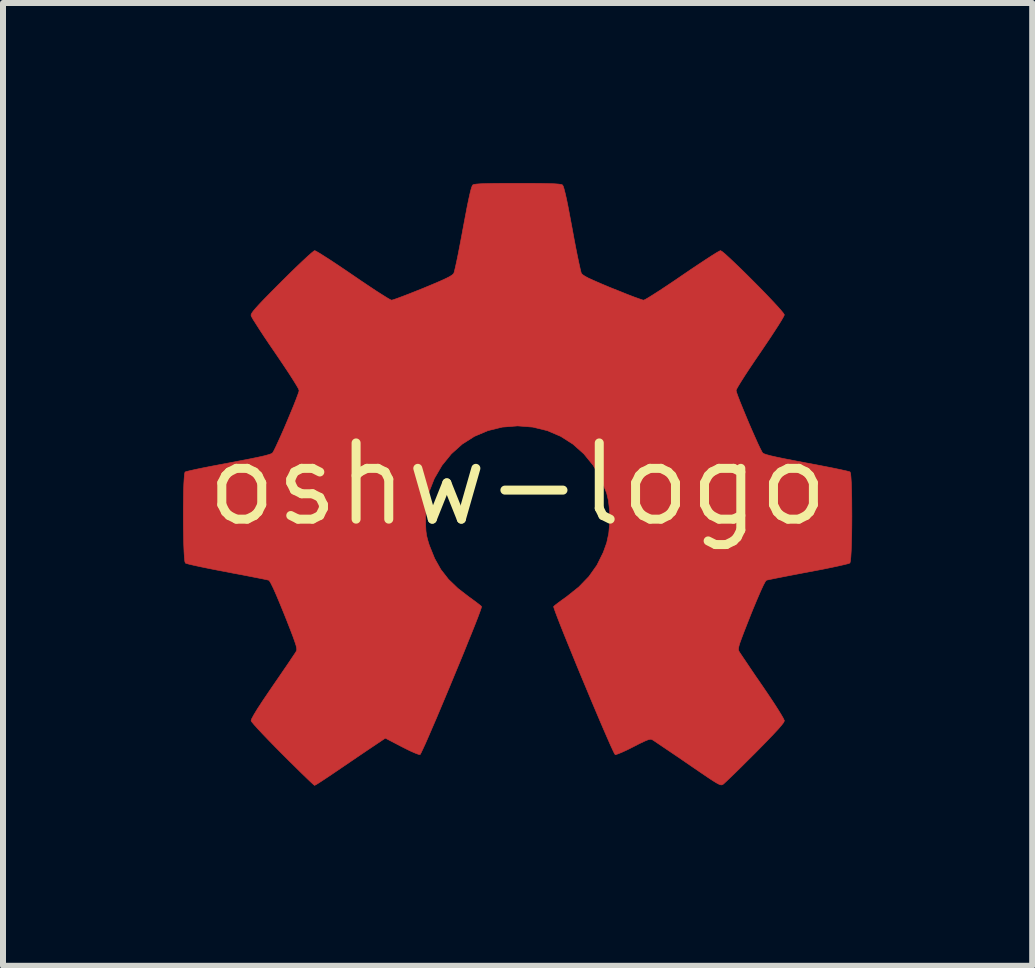
<source format=kicad_pcb>
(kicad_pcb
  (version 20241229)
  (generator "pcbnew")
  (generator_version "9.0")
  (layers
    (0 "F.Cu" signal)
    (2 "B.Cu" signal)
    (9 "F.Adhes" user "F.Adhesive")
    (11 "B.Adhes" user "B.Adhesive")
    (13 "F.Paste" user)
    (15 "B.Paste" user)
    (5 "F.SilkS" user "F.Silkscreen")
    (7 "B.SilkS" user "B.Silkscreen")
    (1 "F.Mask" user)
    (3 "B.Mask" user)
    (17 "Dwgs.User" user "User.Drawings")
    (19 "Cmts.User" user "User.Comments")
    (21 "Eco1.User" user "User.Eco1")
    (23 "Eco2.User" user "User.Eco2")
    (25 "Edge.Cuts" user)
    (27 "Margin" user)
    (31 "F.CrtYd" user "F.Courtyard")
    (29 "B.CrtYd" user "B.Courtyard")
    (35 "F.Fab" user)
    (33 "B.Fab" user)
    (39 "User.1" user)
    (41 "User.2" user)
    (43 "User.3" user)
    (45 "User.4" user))
  (footprint "oshw-logo"
    (layer "F.Cu")
    (at 5.575 5.021)
    (property "Reference" "oshw-logo" (at 0 0 0) (layer "F.SilkS") (effects (font (size 1.27 1.27) (thickness 0.15))))
    (attr through_hole)
    (fp_poly (pts (xy 0.207 -5.016) (xy 0.375 -5.015) (xy 0.507 -5.012) (xy 0.607 -5.009) (xy 0.678 -5.004) (xy 0.723 -4.998) (xy 0.745 -4.991) (xy 0.746 -4.99) (xy 0.759 -4.97) (xy 0.774 -4.924) (xy 0.793 -4.85) (xy 0.817 -4.745) (xy 0.845 -4.606) (xy 0.878 -4.43) (xy 0.909 -4.265) (xy 0.94 -4.096) (xy 0.97 -3.939) (xy 0.998 -3.799) (xy 1.023 -3.681) (xy 1.043 -3.591) (xy 1.057 -3.534) (xy 1.063 -3.516) (xy 1.081 -3.496) (xy 1.118 -3.471) (xy 1.176 -3.439) (xy 1.262 -3.4) (xy 1.378 -3.349) (xy 1.528 -3.286) (xy 1.575 -3.267) (xy 1.711 -3.213) (xy 1.835 -3.163) (xy 1.942 -3.122) (xy 2.026 -3.092) (xy 2.082 -3.073) (xy 2.1 -3.069) (xy 2.127 -3.081) (xy 2.184 -3.114) (xy 2.267 -3.166) (xy 2.372 -3.233) (xy 2.494 -3.314) (xy 2.63 -3.405) (xy 2.742 -3.482) (xy 2.885 -3.579) (xy 3.018 -3.668) (xy 3.136 -3.746) (xy 3.236 -3.811) (xy 3.313 -3.859) (xy 3.363 -3.887) (xy 3.381 -3.895) (xy 3.407 -3.88) (xy 3.457 -3.839) (xy 3.527 -3.775) (xy 3.614 -3.693) (xy 3.713 -3.598) (xy 3.82 -3.493) (xy 3.93 -3.383) (xy 4.04 -3.272) (xy 4.145 -3.164) (xy 4.24 -3.064) (xy 4.322 -2.976) (xy 4.386 -2.904) (xy 4.429 -2.852) (xy 4.445 -2.825) (xy 4.445 -2.824) (xy 4.433 -2.797) (xy 4.4 -2.739) (xy 4.349 -2.656) (xy 4.281 -2.551) (xy 4.201 -2.429) (xy 4.11 -2.294) (xy 4.043 -2.195) (xy 3.947 -2.054) (xy 3.859 -1.923) (xy 3.782 -1.805) (xy 3.719 -1.706) (xy 3.673 -1.63) (xy 3.646 -1.581) (xy 3.641 -1.565) (xy 3.649 -1.532) (xy 3.672 -1.467) (xy 3.707 -1.376) (xy 3.751 -1.268) (xy 3.801 -1.147) (xy 3.854 -1.02) (xy 3.908 -0.895) (xy 3.96 -0.778) (xy 4.006 -0.675) (xy 4.045 -0.594) (xy 4.073 -0.54) (xy 4.084 -0.523) (xy 4.106 -0.51) (xy 4.149 -0.495) (xy 4.219 -0.476) (xy 4.317 -0.454) (xy 4.447 -0.427) (xy 4.612 -0.395) (xy 4.816 -0.356) (xy 4.817 -0.356) (xy 4.984 -0.325) (xy 5.138 -0.295) (xy 5.275 -0.268) (xy 5.388 -0.244) (xy 5.474 -0.225) (xy 5.526 -0.212) (xy 5.54 -0.206) (xy 5.549 -0.179) (xy 5.555 -0.116) (xy 5.561 -0.022) (xy 5.565 0.097) (xy 5.568 0.233) (xy 5.569 0.382) (xy 5.57 0.538) (xy 5.569 0.694) (xy 5.567 0.845) (xy 5.563 0.985) (xy 5.559 1.107) (xy 5.553 1.206) (xy 5.546 1.275) (xy 5.538 1.309) (xy 5.536 1.311) (xy 5.509 1.321) (xy 5.445 1.337) (xy 5.35 1.359) (xy 5.228 1.385) (xy 5.087 1.414) (xy 4.929 1.444) (xy 4.843 1.46) (xy 4.68 1.491) (xy 4.529 1.52) (xy 4.396 1.546) (xy 4.285 1.568) (xy 4.203 1.585) (xy 4.155 1.595) (xy 4.145 1.598) (xy 4.126 1.623) (xy 4.093 1.685) (xy 4.048 1.783) (xy 3.991 1.915) (xy 3.923 2.078) (xy 3.885 2.172) (xy 3.82 2.337) (xy 3.769 2.467) (xy 3.731 2.568) (xy 3.704 2.642) (xy 3.688 2.696) (xy 3.681 2.734) (xy 3.681 2.759) (xy 3.687 2.778) (xy 3.688 2.78) (xy 3.706 2.809) (xy 3.746 2.869) (xy 3.803 2.953) (xy 3.874 3.059) (xy 3.956 3.18) (xy 4.047 3.312) (xy 4.08 3.36) (xy 4.177 3.503) (xy 4.263 3.632) (xy 4.335 3.744) (xy 4.391 3.835) (xy 4.429 3.901) (xy 4.445 3.937) (xy 4.445 3.94) (xy 4.435 3.965) (xy 4.402 4.009) (xy 4.346 4.075) (xy 4.264 4.163) (xy 4.156 4.276) (xy 4.019 4.416) (xy 3.953 4.483) (xy 3.833 4.602) (xy 3.722 4.713) (xy 3.623 4.81) (xy 3.539 4.891) (xy 3.475 4.952) (xy 3.435 4.989) (xy 3.424 4.998) (xy 3.41 5.005) (xy 3.395 5.008) (xy 3.376 5.005) (xy 3.349 4.994) (xy 3.31 4.973) (xy 3.255 4.939) (xy 3.18 4.89) (xy 3.083 4.824) (xy 2.958 4.739) (xy 2.802 4.632) (xy 2.785 4.62) (xy 2.653 4.53) (xy 2.532 4.448) (xy 2.425 4.376) (xy 2.338 4.317) (xy 2.276 4.275) (xy 2.242 4.254) (xy 2.239 4.252) (xy 2.215 4.247) (xy 2.177 4.255) (xy 2.12 4.278) (xy 2.037 4.317) (xy 1.928 4.373) (xy 1.829 4.423) (xy 1.742 4.463) (xy 1.674 4.491) (xy 1.633 4.504) (xy 1.626 4.503) (xy 1.612 4.482) (xy 1.585 4.426) (xy 1.545 4.339) (xy 1.495 4.225) (xy 1.435 4.087) (xy 1.368 3.931) (xy 1.296 3.761) (xy 1.219 3.579) (xy 1.141 3.391) (xy 1.061 3.2) (xy 0.983 3.011) (xy 0.908 2.827) (xy 0.837 2.653) (xy 0.772 2.493) (xy 0.715 2.35) (xy 0.668 2.229) (xy 0.632 2.134) (xy 0.609 2.069) (xy 0.6 2.038) (xy 0.601 2.036) (xy 0.622 2.016) (xy 0.671 1.978) (xy 0.74 1.927) (xy 0.817 1.872) (xy 1.021 1.709) (xy 1.188 1.536) (xy 1.322 1.347) (xy 1.427 1.135) (xy 1.485 0.974) (xy 1.519 0.816) (xy 1.536 0.636) (xy 1.534 0.45) (xy 1.514 0.273) (xy 1.485 0.149) (xy 1.388 -0.097) (xy 1.26 -0.316) (xy 1.104 -0.508) (xy 0.922 -0.67) (xy 0.718 -0.8) (xy 0.495 -0.895) (xy 0.254 -0.954) (xy 0 -0.974) (xy -0.255 -0.954) (xy -0.495 -0.895) (xy -0.719 -0.8) (xy -0.923 -0.67) (xy -1.104 -0.508) (xy -1.26 -0.316) (xy -1.388 -0.096) (xy -1.485 0.149) (xy -1.507 0.228) (xy -1.522 0.303) (xy -1.53 0.387) (xy -1.533 0.492) (xy -1.533 0.572) (xy -1.532 0.689) (xy -1.527 0.778) (xy -1.517 0.851) (xy -1.5 0.921) (xy -1.475 1.003) (xy -1.466 1.028) (xy -1.382 1.236) (xy -1.279 1.419) (xy -1.152 1.582) (xy -0.994 1.734) (xy -0.815 1.872) (xy -0.735 1.93) (xy -0.667 1.981) (xy -0.62 2.018) (xy -0.601 2.036) (xy -0.606 2.06) (xy -0.626 2.118) (xy -0.659 2.207) (xy -0.704 2.323) (xy -0.759 2.461) (xy -0.823 2.618) (xy -0.892 2.79) (xy -0.967 2.972) (xy -1.045 3.16) (xy -1.124 3.351) (xy -1.203 3.54) (xy -1.28 3.723) (xy -1.353 3.897) (xy -1.422 4.056) (xy -1.483 4.198) (xy -1.535 4.317) (xy -1.578 4.41) (xy -1.608 4.473) (xy -1.624 4.502) (xy -1.626 4.503) (xy -1.655 4.498) (xy -1.713 4.476) (xy -1.794 4.44) (xy -1.889 4.393) (xy -1.93 4.372) (xy -2.204 4.229) (xy -2.441 4.388) (xy -2.539 4.454) (xy -2.66 4.536) (xy -2.794 4.627) (xy -2.928 4.718) (xy -3.022 4.782) (xy -3.128 4.854) (xy -3.223 4.917) (xy -3.301 4.968) (xy -3.355 5.002) (xy -3.382 5.016) (xy -3.383 5.016) (xy -3.401 5.002) (xy -3.446 4.961) (xy -3.513 4.897) (xy -3.6 4.813) (xy -3.702 4.712) (xy -3.817 4.599) (xy -3.917 4.499) (xy -4.039 4.376) (xy -4.151 4.261) (xy -4.25 4.158) (xy -4.332 4.07) (xy -4.393 4.002) (xy -4.431 3.956) (xy -4.441 3.938) (xy -4.431 3.906) (xy -4.395 3.84) (xy -4.335 3.741) (xy -4.25 3.611) (xy -4.14 3.448) (xy -4.078 3.357) (xy -3.985 3.222) (xy -3.899 3.096) (xy -3.823 2.985) (xy -3.761 2.892) (xy -3.715 2.824) (xy -3.689 2.783) (xy -3.685 2.776) (xy -3.68 2.757) (xy -3.682 2.728) (xy -3.692 2.684) (xy -3.713 2.62) (xy -3.744 2.533) (xy -3.788 2.418) (xy -3.846 2.27) (xy -3.885 2.172) (xy -3.958 1.993) (xy -4.02 1.845) (xy -4.071 1.73) (xy -4.111 1.649) (xy -4.137 1.606) (xy -4.145 1.598) (xy -4.174 1.591) (xy -4.239 1.577) (xy -4.335 1.558) (xy -4.457 1.534) (xy -4.6 1.506) (xy -4.757 1.477) (xy -4.843 1.46) (xy -5.006 1.429) (xy -5.157 1.399) (xy -5.289 1.372) (xy -5.399 1.348) (xy -5.48 1.329) (xy -5.527 1.315) (xy -5.536 1.311) (xy -5.545 1.284) (xy -5.552 1.22) (xy -5.558 1.126) (xy -5.563 1.007) (xy -5.566 0.87) (xy -5.569 0.721) (xy -5.57 0.565) (xy -5.57 0.409) (xy -5.568 0.258) (xy -5.566 0.119) (xy -5.562 -0.003) (xy -5.556 -0.101) (xy -5.55 -0.171) (xy -5.542 -0.204) (xy -5.54 -0.206) (xy -5.514 -0.215) (xy -5.451 -0.23) (xy -5.356 -0.251) (xy -5.235 -0.276) (xy -5.093 -0.304) (xy -4.934 -0.334) (xy -4.817 -0.356) (xy -4.613 -0.395) (xy -4.447 -0.427) (xy -4.317 -0.454) (xy -4.219 -0.476) (xy -4.15 -0.495) (xy -4.106 -0.51) (xy -4.084 -0.523) (xy -4.084 -0.523) (xy -4.065 -0.554) (xy -4.033 -0.618) (xy -3.992 -0.707) (xy -3.943 -0.815) (xy -3.89 -0.935) (xy -3.836 -1.062) (xy -3.784 -1.187) (xy -3.735 -1.305) (xy -3.694 -1.409) (xy -3.663 -1.492) (xy -3.644 -1.547) (xy -3.641 -1.566) (xy -3.652 -1.594) (xy -3.685 -1.652) (xy -3.737 -1.736) (xy -3.804 -1.841) (xy -3.885 -1.963) (xy -3.975 -2.097) (xy -4.036 -2.187) (xy -4.132 -2.327) (xy -4.22 -2.458) (xy -4.297 -2.575) (xy -4.36 -2.674) (xy -4.408 -2.749) (xy -4.435 -2.798) (xy -4.441 -2.812) (xy -4.44 -2.83) (xy -4.428 -2.855) (xy -4.403 -2.89) (xy -4.362 -2.938) (xy -4.303 -3.003) (xy -4.223 -3.087) (xy -4.118 -3.194) (xy -3.987 -3.326) (xy -3.935 -3.378) (xy -3.806 -3.506) (xy -3.689 -3.62) (xy -3.585 -3.719) (xy -3.499 -3.799) (xy -3.434 -3.856) (xy -3.393 -3.889) (xy -3.38 -3.895) (xy -3.355 -3.883) (xy -3.298 -3.85) (xy -3.216 -3.798) (xy -3.111 -3.731) (xy -2.989 -3.65) (xy -2.854 -3.559) (xy -2.741 -3.482) (xy -2.599 -3.385) (xy -2.466 -3.296) (xy -2.347 -3.217) (xy -2.246 -3.153) (xy -2.169 -3.105) (xy -2.118 -3.076) (xy -2.1 -3.069) (xy -2.07 -3.077) (xy -2.006 -3.099) (xy -1.915 -3.133) (xy -1.803 -3.176) (xy -1.675 -3.227) (xy -1.575 -3.267) (xy -1.414 -3.334) (xy -1.29 -3.387) (xy -1.196 -3.43) (xy -1.131 -3.463) (xy -1.089 -3.49) (xy -1.067 -3.511) (xy -1.063 -3.516) (xy -1.053 -3.549) (xy -1.037 -3.617) (xy -1.015 -3.717) (xy -0.989 -3.843) (xy -0.961 -3.989) (xy -0.93 -4.151) (xy -0.909 -4.265) (xy -0.87 -4.472) (xy -0.838 -4.641) (xy -0.81 -4.773) (xy -0.788 -4.871) (xy -0.77 -4.938) (xy -0.755 -4.978) (xy -0.746 -4.99) (xy -0.725 -4.998) (xy -0.682 -5.004) (xy -0.613 -5.009) (xy -0.516 -5.012) (xy -0.386 -5.015) (xy -0.221 -5.016) (xy -0.017 -5.016) (xy 0 -5.016) (xy 0.207 -5.016)) (stroke (width 0.01) (type solid)) (fill yes) (layer "F.Cu"))
    (fp_poly (pts (xy 0.207 -5.016) (xy 0.375 -5.015) (xy 0.507 -5.012) (xy 0.607 -5.009) (xy 0.678 -5.004) (xy 0.723 -4.998) (xy 0.745 -4.991) (xy 0.746 -4.99) (xy 0.759 -4.97) (xy 0.774 -4.924) (xy 0.793 -4.85) (xy 0.817 -4.745) (xy 0.845 -4.606) (xy 0.878 -4.43) (xy 0.909 -4.265) (xy 0.94 -4.096) (xy 0.97 -3.939) (xy 0.998 -3.799) (xy 1.023 -3.681) (xy 1.043 -3.591) (xy 1.057 -3.534) (xy 1.063 -3.516) (xy 1.081 -3.496) (xy 1.118 -3.471) (xy 1.176 -3.439) (xy 1.262 -3.4) (xy 1.378 -3.349) (xy 1.528 -3.286) (xy 1.575 -3.267) (xy 1.711 -3.213) (xy 1.835 -3.163) (xy 1.942 -3.122) (xy 2.026 -3.092) (xy 2.082 -3.073) (xy 2.1 -3.069) (xy 2.127 -3.081) (xy 2.184 -3.114) (xy 2.267 -3.166) (xy 2.372 -3.233) (xy 2.494 -3.314) (xy 2.63 -3.405) (xy 2.742 -3.482) (xy 2.885 -3.579) (xy 3.018 -3.668) (xy 3.136 -3.746) (xy 3.236 -3.811) (xy 3.313 -3.859) (xy 3.363 -3.887) (xy 3.381 -3.895) (xy 3.407 -3.88) (xy 3.457 -3.839) (xy 3.527 -3.775) (xy 3.614 -3.693) (xy 3.713 -3.598) (xy 3.82 -3.493) (xy 3.93 -3.383) (xy 4.04 -3.272) (xy 4.145 -3.164) (xy 4.24 -3.064) (xy 4.322 -2.976) (xy 4.386 -2.904) (xy 4.429 -2.852) (xy 4.445 -2.825) (xy 4.445 -2.824) (xy 4.433 -2.797) (xy 4.4 -2.739) (xy 4.349 -2.656) (xy 4.281 -2.551) (xy 4.201 -2.429) (xy 4.11 -2.294) (xy 4.043 -2.195) (xy 3.947 -2.054) (xy 3.859 -1.923) (xy 3.782 -1.805) (xy 3.719 -1.706) (xy 3.673 -1.63) (xy 3.646 -1.581) (xy 3.641 -1.565) (xy 3.649 -1.532) (xy 3.672 -1.467) (xy 3.707 -1.376) (xy 3.751 -1.268) (xy 3.801 -1.147) (xy 3.854 -1.02) (xy 3.908 -0.895) (xy 3.96 -0.778) (xy 4.006 -0.675) (xy 4.045 -0.594) (xy 4.073 -0.54) (xy 4.084 -0.523) (xy 4.106 -0.51) (xy 4.149 -0.495) (xy 4.219 -0.476) (xy 4.317 -0.454) (xy 4.447 -0.427) (xy 4.612 -0.395) (xy 4.816 -0.356) (xy 4.817 -0.356) (xy 4.984 -0.325) (xy 5.138 -0.295) (xy 5.275 -0.268) (xy 5.388 -0.244) (xy 5.474 -0.225) (xy 5.526 -0.212) (xy 5.54 -0.206) (xy 5.549 -0.179) (xy 5.555 -0.116) (xy 5.561 -0.022) (xy 5.565 0.097) (xy 5.568 0.233) (xy 5.569 0.382) (xy 5.57 0.538) (xy 5.569 0.694) (xy 5.567 0.845) (xy 5.563 0.985) (xy 5.559 1.107) (xy 5.553 1.206) (xy 5.546 1.275) (xy 5.538 1.309) (xy 5.536 1.311) (xy 5.509 1.321) (xy 5.445 1.337) (xy 5.35 1.359) (xy 5.228 1.385) (xy 5.087 1.414) (xy 4.929 1.444) (xy 4.843 1.46) (xy 4.68 1.491) (xy 4.529 1.52) (xy 4.396 1.546) (xy 4.285 1.568) (xy 4.203 1.585) (xy 4.155 1.595) (xy 4.145 1.598) (xy 4.126 1.623) (xy 4.093 1.685) (xy 4.048 1.783) (xy 3.991 1.915) (xy 3.923 2.078) (xy 3.885 2.172) (xy 3.82 2.337) (xy 3.769 2.467) (xy 3.731 2.568) (xy 3.704 2.642) (xy 3.688 2.696) (xy 3.681 2.734) (xy 3.681 2.759) (xy 3.687 2.778) (xy 3.688 2.78) (xy 3.706 2.809) (xy 3.746 2.869) (xy 3.803 2.953) (xy 3.874 3.059) (xy 3.956 3.18) (xy 4.047 3.312) (xy 4.08 3.36) (xy 4.177 3.503) (xy 4.263 3.632) (xy 4.335 3.744) (xy 4.391 3.835) (xy 4.429 3.901) (xy 4.445 3.937) (xy 4.445 3.94) (xy 4.435 3.965) (xy 4.402 4.009) (xy 4.346 4.075) (xy 4.264 4.163) (xy 4.156 4.276) (xy 4.019 4.416) (xy 3.953 4.483) (xy 3.833 4.602) (xy 3.722 4.713) (xy 3.623 4.81) (xy 3.539 4.891) (xy 3.475 4.952) (xy 3.435 4.989) (xy 3.424 4.998) (xy 3.41 5.005) (xy 3.395 5.008) (xy 3.376 5.005) (xy 3.349 4.994) (xy 3.31 4.973) (xy 3.255 4.939) (xy 3.18 4.89) (xy 3.083 4.824) (xy 2.958 4.739) (xy 2.802 4.632) (xy 2.785 4.62) (xy 2.653 4.53) (xy 2.532 4.448) (xy 2.425 4.376) (xy 2.338 4.317) (xy 2.276 4.275) (xy 2.242 4.254) (xy 2.239 4.252) (xy 2.215 4.247) (xy 2.177 4.255) (xy 2.12 4.278) (xy 2.037 4.317) (xy 1.928 4.373) (xy 1.829 4.423) (xy 1.742 4.463) (xy 1.674 4.491) (xy 1.633 4.504) (xy 1.626 4.503) (xy 1.612 4.482) (xy 1.585 4.426) (xy 1.545 4.339) (xy 1.495 4.225) (xy 1.435 4.087) (xy 1.368 3.931) (xy 1.296 3.761) (xy 1.219 3.579) (xy 1.141 3.391) (xy 1.061 3.2) (xy 0.983 3.011) (xy 0.908 2.827) (xy 0.837 2.653) (xy 0.772 2.493) (xy 0.715 2.35) (xy 0.668 2.229) (xy 0.632 2.134) (xy 0.609 2.069) (xy 0.6 2.038) (xy 0.601 2.036) (xy 0.622 2.016) (xy 0.671 1.978) (xy 0.74 1.927) (xy 0.817 1.872) (xy 1.021 1.709) (xy 1.188 1.536) (xy 1.322 1.347) (xy 1.427 1.135) (xy 1.485 0.974) (xy 1.519 0.816) (xy 1.536 0.636) (xy 1.534 0.45) (xy 1.514 0.273) (xy 1.485 0.149) (xy 1.388 -0.097) (xy 1.26 -0.316) (xy 1.104 -0.508) (xy 0.922 -0.67) (xy 0.718 -0.8) (xy 0.495 -0.895) (xy 0.254 -0.954) (xy 0 -0.974) (xy -0.255 -0.954) (xy -0.495 -0.895) (xy -0.719 -0.8) (xy -0.923 -0.67) (xy -1.104 -0.508) (xy -1.26 -0.316) (xy -1.388 -0.096) (xy -1.485 0.149) (xy -1.507 0.228) (xy -1.522 0.303) (xy -1.53 0.387) (xy -1.533 0.492) (xy -1.533 0.572) (xy -1.532 0.689) (xy -1.527 0.778) (xy -1.517 0.851) (xy -1.5 0.921) (xy -1.475 1.003) (xy -1.466 1.028) (xy -1.382 1.236) (xy -1.279 1.419) (xy -1.152 1.582) (xy -0.994 1.734) (xy -0.815 1.872) (xy -0.735 1.93) (xy -0.667 1.981) (xy -0.62 2.018) (xy -0.601 2.036) (xy -0.606 2.06) (xy -0.626 2.118) (xy -0.659 2.207) (xy -0.704 2.323) (xy -0.759 2.461) (xy -0.823 2.618) (xy -0.892 2.79) (xy -0.967 2.972) (xy -1.045 3.16) (xy -1.124 3.351) (xy -1.203 3.54) (xy -1.28 3.723) (xy -1.353 3.897) (xy -1.422 4.056) (xy -1.483 4.198) (xy -1.535 4.317) (xy -1.578 4.41) (xy -1.608 4.473) (xy -1.624 4.502) (xy -1.626 4.503) (xy -1.655 4.498) (xy -1.713 4.476) (xy -1.794 4.44) (xy -1.889 4.393) (xy -1.93 4.372) (xy -2.204 4.229) (xy -2.441 4.388) (xy -2.539 4.454) (xy -2.66 4.536) (xy -2.794 4.627) (xy -2.928 4.718) (xy -3.022 4.782) (xy -3.128 4.854) (xy -3.223 4.917) (xy -3.301 4.968) (xy -3.355 5.002) (xy -3.382 5.016) (xy -3.383 5.016) (xy -3.401 5.002) (xy -3.446 4.961) (xy -3.513 4.897) (xy -3.6 4.813) (xy -3.702 4.712) (xy -3.817 4.599) (xy -3.917 4.499) (xy -4.039 4.376) (xy -4.151 4.261) (xy -4.25 4.158) (xy -4.332 4.07) (xy -4.393 4.002) (xy -4.431 3.956) (xy -4.441 3.938) (xy -4.431 3.906) (xy -4.395 3.84) (xy -4.335 3.741) (xy -4.25 3.611) (xy -4.14 3.448) (xy -4.078 3.357) (xy -3.985 3.222) (xy -3.899 3.096) (xy -3.823 2.985) (xy -3.761 2.892) (xy -3.715 2.824) (xy -3.689 2.783) (xy -3.685 2.776) (xy -3.68 2.757) (xy -3.682 2.728) (xy -3.692 2.684) (xy -3.713 2.62) (xy -3.744 2.533) (xy -3.788 2.418) (xy -3.846 2.27) (xy -3.885 2.172) (xy -3.958 1.993) (xy -4.02 1.845) (xy -4.071 1.73) (xy -4.111 1.649) (xy -4.137 1.606) (xy -4.145 1.598) (xy -4.174 1.591) (xy -4.239 1.577) (xy -4.335 1.558) (xy -4.457 1.534) (xy -4.6 1.506) (xy -4.757 1.477) (xy -4.843 1.46) (xy -5.006 1.429) (xy -5.157 1.399) (xy -5.289 1.372) (xy -5.399 1.348) (xy -5.48 1.329) (xy -5.527 1.315) (xy -5.536 1.311) (xy -5.545 1.284) (xy -5.552 1.22) (xy -5.558 1.126) (xy -5.563 1.007) (xy -5.566 0.87) (xy -5.569 0.721) (xy -5.57 0.565) (xy -5.57 0.409) (xy -5.568 0.258) (xy -5.566 0.119) (xy -5.562 -0.003) (xy -5.556 -0.101) (xy -5.55 -0.171) (xy -5.542 -0.204) (xy -5.54 -0.206) (xy -5.514 -0.215) (xy -5.451 -0.23) (xy -5.356 -0.251) (xy -5.235 -0.276) (xy -5.093 -0.304) (xy -4.934 -0.334) (xy -4.817 -0.356) (xy -4.613 -0.395) (xy -4.447 -0.427) (xy -4.317 -0.454) (xy -4.219 -0.476) (xy -4.15 -0.495) (xy -4.106 -0.51) (xy -4.084 -0.523) (xy -4.084 -0.523) (xy -4.065 -0.554) (xy -4.033 -0.618) (xy -3.992 -0.707) (xy -3.943 -0.815) (xy -3.89 -0.935) (xy -3.836 -1.062) (xy -3.784 -1.187) (xy -3.735 -1.305) (xy -3.694 -1.409) (xy -3.663 -1.492) (xy -3.644 -1.547) (xy -3.641 -1.566) (xy -3.652 -1.594) (xy -3.685 -1.652) (xy -3.737 -1.736) (xy -3.804 -1.841) (xy -3.885 -1.963) (xy -3.975 -2.097) (xy -4.036 -2.187) (xy -4.132 -2.327) (xy -4.22 -2.458) (xy -4.297 -2.575) (xy -4.36 -2.674) (xy -4.408 -2.749) (xy -4.435 -2.798) (xy -4.441 -2.812) (xy -4.44 -2.83) (xy -4.428 -2.855) (xy -4.403 -2.89) (xy -4.362 -2.938) (xy -4.303 -3.003) (xy -4.223 -3.087) (xy -4.118 -3.194) (xy -3.987 -3.326) (xy -3.935 -3.378) (xy -3.806 -3.506) (xy -3.689 -3.62) (xy -3.585 -3.719) (xy -3.499 -3.799) (xy -3.434 -3.856) (xy -3.393 -3.889) (xy -3.38 -3.895) (xy -3.355 -3.883) (xy -3.298 -3.85) (xy -3.216 -3.798) (xy -3.111 -3.731) (xy -2.989 -3.65) (xy -2.854 -3.559) (xy -2.741 -3.482) (xy -2.599 -3.385) (xy -2.466 -3.296) (xy -2.347 -3.217) (xy -2.246 -3.153) (xy -2.169 -3.105) (xy -2.118 -3.076) (xy -2.1 -3.069) (xy -2.07 -3.077) (xy -2.006 -3.099) (xy -1.915 -3.133) (xy -1.803 -3.176) (xy -1.675 -3.227) (xy -1.575 -3.267) (xy -1.414 -3.334) (xy -1.29 -3.387) (xy -1.196 -3.43) (xy -1.131 -3.463) (xy -1.089 -3.49) (xy -1.067 -3.511) (xy -1.063 -3.516) (xy -1.053 -3.549) (xy -1.037 -3.617) (xy -1.015 -3.717) (xy -0.989 -3.843) (xy -0.961 -3.989) (xy -0.93 -4.151) (xy -0.909 -4.265) (xy -0.87 -4.472) (xy -0.838 -4.641) (xy -0.81 -4.773) (xy -0.788 -4.871) (xy -0.77 -4.938) (xy -0.755 -4.978) (xy -0.746 -4.99) (xy -0.725 -4.998) (xy -0.682 -5.004) (xy -0.613 -5.009) (xy -0.516 -5.012) (xy -0.386 -5.015) (xy -0.221 -5.016) (xy -0.017 -5.016) (xy 0 -5.016) (xy 0.207 -5.016)) (stroke (width 0.01) (type solid)) (fill yes) (layer "F.Mask")))
  (gr_rect
    (start -3 -3)
    (end 14.15 13.043)
    (stroke (width 0.1) (type default))
    (fill no)
    (layer "Edge.Cuts")))
</source>
